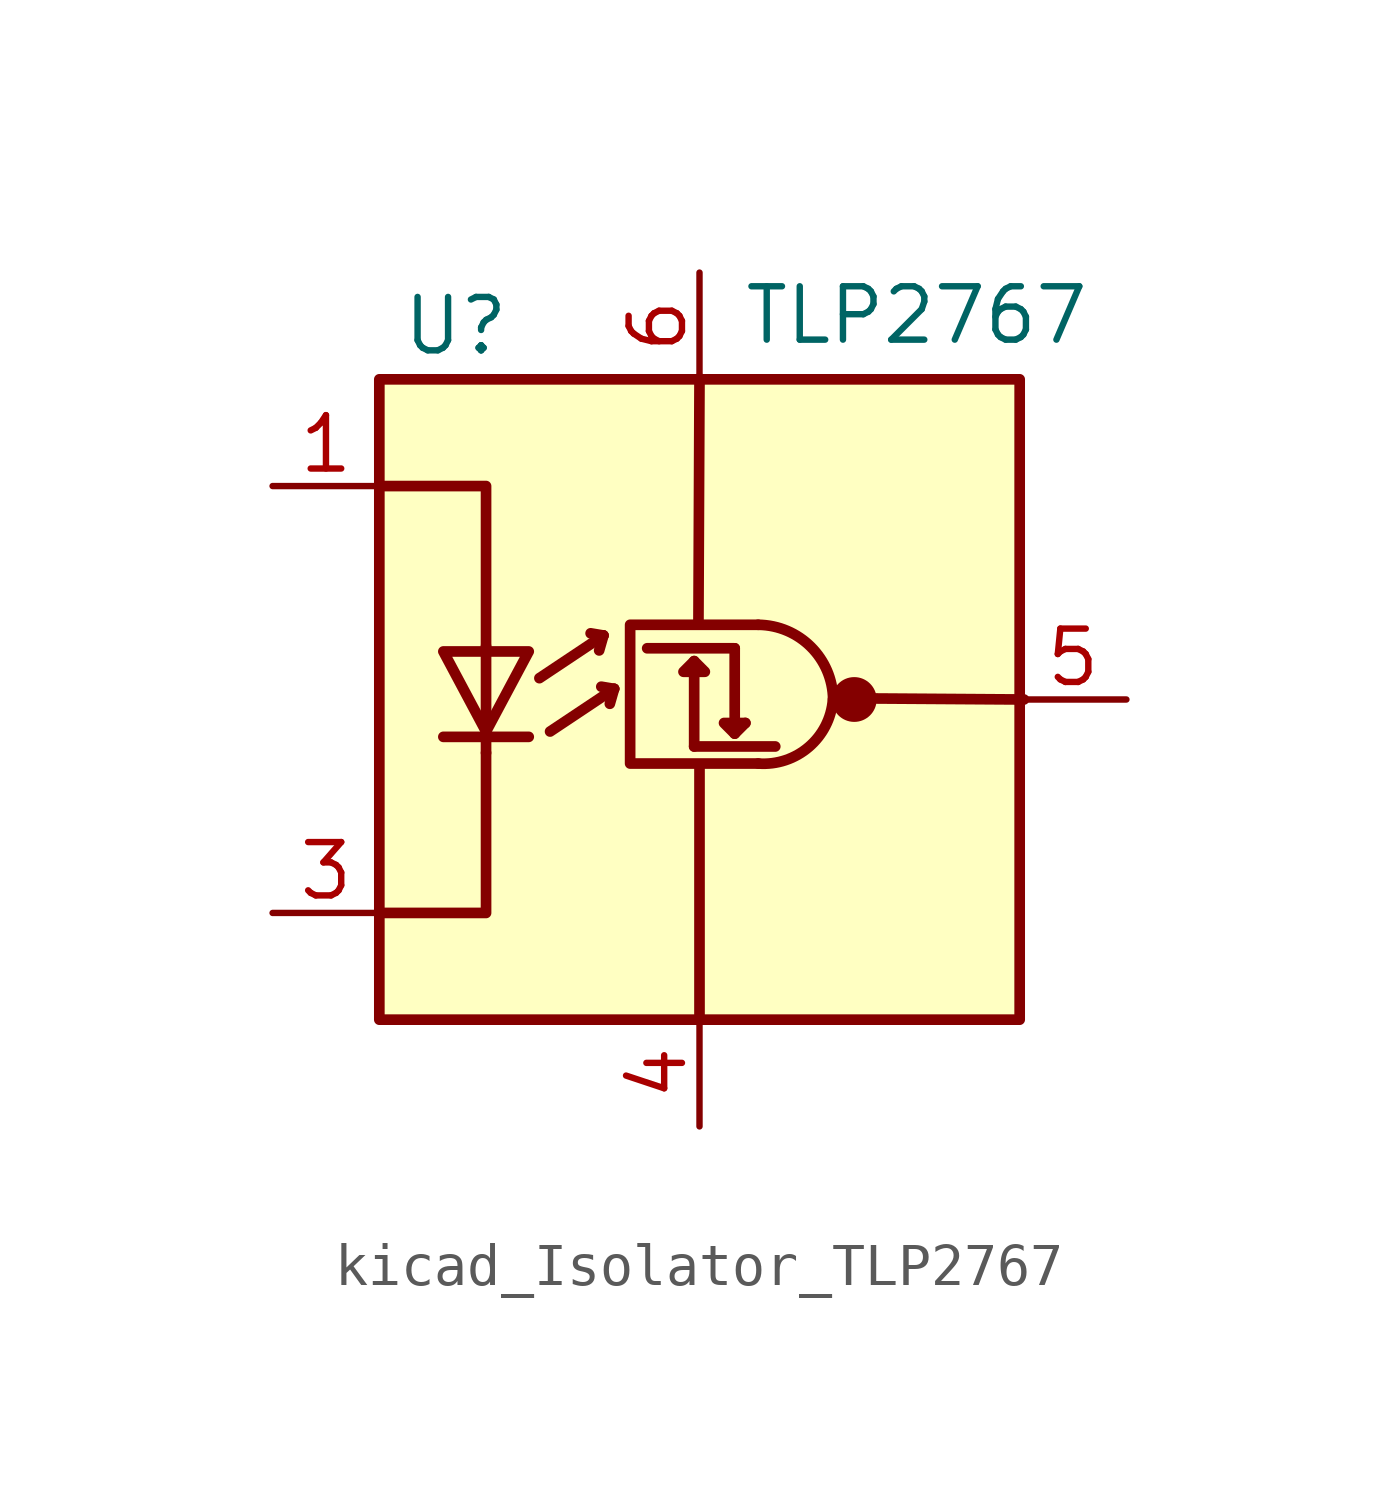
<source format=kicad_sym>
(kicad_symbol_lib
  (version 20220914)
  (generator kicad_symbol_editor)
  (symbol "kicad_Isolator_TLP2767"
    (pin_names
      (offset 1.016) hide)
    (property "Reference" "U"
      (at -7.112 8.89 0)
      (effects (font (size 1.27 1.27)) (justify left)))
    (property "Value" "TLP2767"
      (at 1.016 9.144 0)
      (effects (font (size 1.27 1.27)) (justify left)))
    (symbol "kicad_Isolator_TLP2767_0_1"
      (rectangle (start -7.62 7.62) (end 7.62 -7.62) (stroke (width 0.254) (type default)) (fill (type background)))
      (polyline (pts (xy -6.096 -0.889) (xy -4.064 -0.889)) (stroke (width 0.254) (type default)) (fill (type none)))
      (polyline (pts (xy -5.08 -1.27) (xy -5.08 -0.762)) (stroke (width 0.254) (type default)) (fill (type none)))
      (polyline (pts (xy -5.08 1.27) (xy -5.08 -0.762)) (stroke (width 0.254) (type default)) (fill (type none)))
      (polyline (pts (xy -3.81 0.508) (xy -2.286 1.524)) (stroke (width 0.254) (type default)) (fill (type none)))
      (polyline (pts (xy -3.556 -0.762) (xy -2.032 0.254)) (stroke (width 0.254) (type default)) (fill (type none)))
      (polyline (pts (xy -2.286 1.524) (xy -2.591 1.575)) (stroke (width 0.254) (type default)) (fill (type none)))
      (polyline (pts (xy -2.286 1.524) (xy -2.388 1.168)) (stroke (width 0.254) (type default)) (fill (type none)))
      (polyline (pts (xy -2.032 0.254) (xy -2.337 0.305)) (stroke (width 0.254) (type default)) (fill (type none)))
      (polyline (pts (xy -2.032 0.254) (xy -2.134 -0.102)) (stroke (width 0.254) (type default)) (fill (type none)))
      (polyline (pts (xy -0.127 -1.118) (xy 1.803 -1.118)) (stroke (width 0.254) (type default)) (fill (type none)))
      (polyline (pts (xy -0.127 0.914) (xy -0.127 -1.118)) (stroke (width 0.254) (type default)) (fill (type none)))
      (polyline (pts (xy 0 -7.595) (xy 0 -1.575)) (stroke (width 0.254) (type default)) (fill (type none)))
      (polyline (pts (xy 0 7.645) (xy -0.025 1.829)) (stroke (width 0.254) (type default)) (fill (type none)))
      (polyline (pts (xy 0.838 1.219) (xy -1.245 1.219)) (stroke (width 0.254) (type default)) (fill (type none)))
      (polyline (pts (xy 4.064 0.025) (xy 7.722 0)) (stroke (width 0.254) (type default)) (fill (type none)))
      (polyline (pts (xy -7.62 -5.08) (xy -5.08 -5.08) (xy -5.08 -1.27)) (stroke (width 0.254) (type default)) (fill (type none)))
      (polyline (pts (xy -5.08 1.27) (xy -5.08 5.08) (xy -7.62 5.08)) (stroke (width 0.254) (type default)) (fill (type none)))
      (polyline (pts (xy 0.838 -0.813) (xy 0.584 -0.559) (xy 1.092 -0.559)) (stroke (width 0.254) (type default)) (fill (type none)))
      (polyline (pts (xy 0.838 1.219) (xy 0.838 -0.813) (xy 1.092 -0.559)) (stroke (width 0.254) (type default)) (fill (type none)))
      (polyline (pts (xy -6.096 1.143) (xy -4.064 1.143) (xy -5.08 -0.762) (xy -6.096 1.143)) (stroke (width 0.254) (type default)) (fill (type none)))
      (polyline (pts (xy -0.127 0.914) (xy -0.381 0.66) (xy 0.127 0.66) (xy -0.127 0.914)) (stroke (width 0.254) (type default)) (fill (type none)))
      (polyline (pts (xy 1.397 1.778) (xy -1.651 1.778) (xy -1.651 -1.524) (xy 1.397 -1.524)) (stroke (width 0.254) (type default)) (fill (type none)))
      (arc (start 1.397 -1.524) (mid 2.6016 -1.1302) (end 3.175 0) (stroke (width 0.254) (type default)) (fill (type none)))
      (arc (start 3.175 0) (mid 2.6489 1.2519) (end 1.397 1.778) (stroke (width 0.254) (type default)) (fill (type none)))
      (circle (center 3.683 0) (radius 0.457) (stroke (width 0) (type default)) (fill (type outline))))
    (symbol "kicad_Isolator_TLP2767_1_1"
      (pin passive line (at -10.16 5.08 0) (length 2.54) (name "A" (effects (font (size 1.27 1.27)))) (number "1" (effects (font (size 1.27 1.27)))))
      (pin no_connect line (at -7.62 0 0) (length 2.54) hide (name "NC" (effects (font (size 1.27 1.27)))) (number "2" (effects (font (size 1.27 1.27)))))
      (pin passive line (at -10.16 -5.08 0) (length 2.54) (name "K" (effects (font (size 1.27 1.27)))) (number "3" (effects (font (size 1.27 1.27)))))
      (pin power_in line (at 0 -10.16 90) (length 2.54) (name "GND" (effects (font (size 1.27 1.27)))) (number "4" (effects (font (size 1.27 1.27)))))
      (pin output line (at 10.16 0 180) (length 2.54) (name "VO" (effects (font (size 1.27 1.27)))) (number "5" (effects (font (size 1.27 1.27)))))
      (pin power_in line (at 0 10.16 270) (length 2.54) (name "VDD" (effects (font (size 1.27 1.27)))) (number "6" (effects (font (size 1.27 1.27))))))))
</source>
